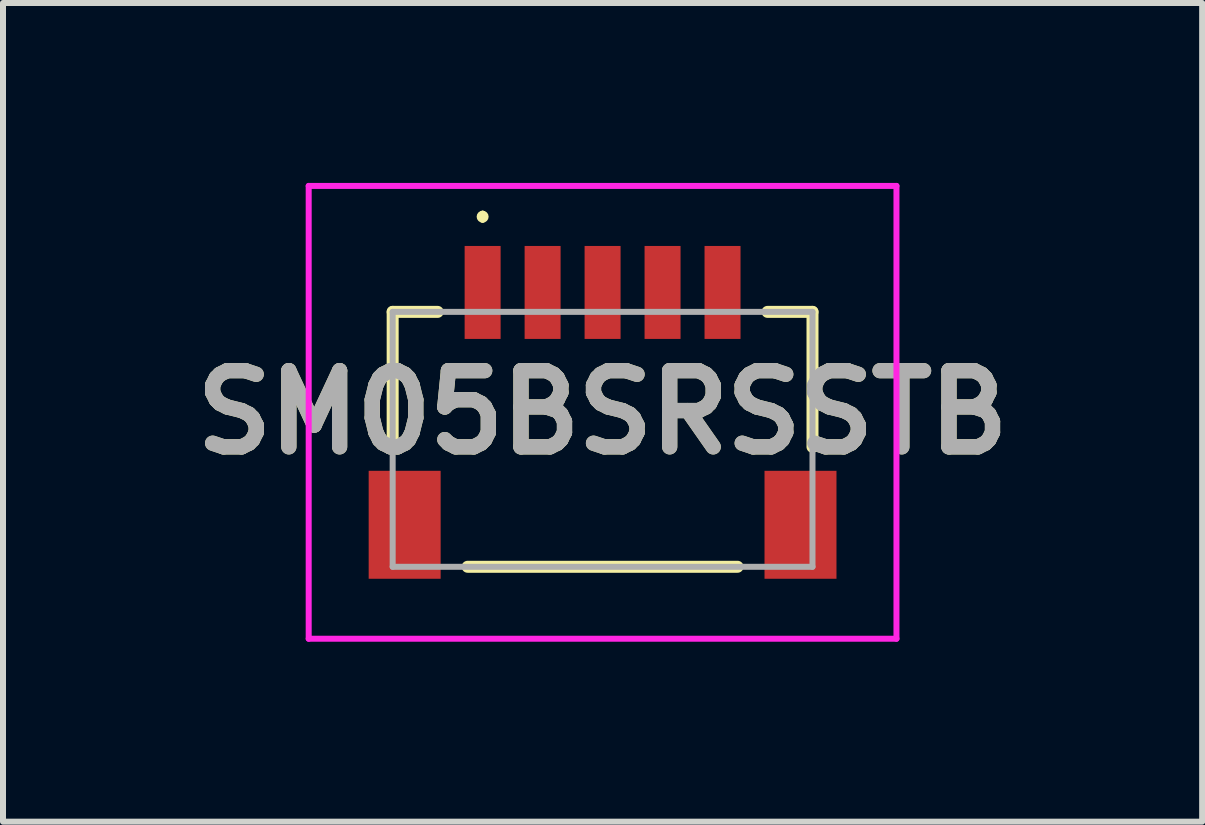
<source format=kicad_pcb>
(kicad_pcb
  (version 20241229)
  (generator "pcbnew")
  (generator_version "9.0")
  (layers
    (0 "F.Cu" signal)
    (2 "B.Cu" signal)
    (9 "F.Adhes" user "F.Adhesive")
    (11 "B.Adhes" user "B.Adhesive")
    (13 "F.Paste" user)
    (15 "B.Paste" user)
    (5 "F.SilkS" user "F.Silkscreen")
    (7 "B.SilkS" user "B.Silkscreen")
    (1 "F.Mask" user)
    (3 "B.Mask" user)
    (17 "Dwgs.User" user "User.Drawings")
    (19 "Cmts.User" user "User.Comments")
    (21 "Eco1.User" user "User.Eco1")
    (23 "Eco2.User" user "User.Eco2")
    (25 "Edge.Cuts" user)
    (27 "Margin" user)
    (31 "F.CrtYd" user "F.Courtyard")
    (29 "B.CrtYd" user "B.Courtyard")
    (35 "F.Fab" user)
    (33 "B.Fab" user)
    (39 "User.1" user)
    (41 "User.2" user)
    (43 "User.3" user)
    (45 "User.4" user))
  (footprint "SM05BSRSSTB"
    (layer "F.Cu")
    (at 6.997 4.113)
    (property "Reference" "SM05BSRSSTB" (at 0 -0.287 0) (layer "F.SilkS") (effects (font (size 1.27 1.27) (thickness 0.254))))
    (attr smd)
    (fp_line (start -3.5 -1.963) (end -3.5 0.288) (stroke (width 0.2) (type solid)) (layer "F.SilkS"))
    (fp_line (start -2.75 -1.963) (end -3.5 -1.963) (stroke (width 0.2) (type solid)) (layer "F.SilkS"))
    (fp_line (start -2.25 2.287) (end 2.25 2.287) (stroke (width 0.2) (type solid)) (layer "F.SilkS"))
    (fp_line (start -2 -3.6) (end -2 -3.6) (stroke (width 0.1) (type solid)) (layer "F.SilkS"))
    (fp_line (start -2 -3.5) (end -2 -3.5) (stroke (width 0.1) (type solid)) (layer "F.SilkS"))
    (fp_line (start 2.75 -1.963) (end 3.5 -1.963) (stroke (width 0.2) (type solid)) (layer "F.SilkS"))
    (fp_line (start 3.5 -1.963) (end 3.5 0.288) (stroke (width 0.2) (type solid)) (layer "F.SilkS"))
    (fp_arc (start -2 -3.6) (mid -1.95 -3.55) (end -2 -3.5) (stroke (width 0.1) (type solid)) (layer "F.SilkS"))
    (fp_arc (start -2 -3.5) (mid -2.05 -3.55) (end -2 -3.6) (stroke (width 0.1) (type solid)) (layer "F.SilkS"))
    (fp_line (start -4.9 -4.063) (end 4.9 -4.063) (stroke (width 0.1) (type solid)) (layer "F.CrtYd"))
    (fp_line (start -4.9 3.487) (end -4.9 -4.063) (stroke (width 0.1) (type solid)) (layer "F.CrtYd"))
    (fp_line (start 4.9 -4.063) (end 4.9 3.487) (stroke (width 0.1) (type solid)) (layer "F.CrtYd"))
    (fp_line (start 4.9 3.487) (end -4.9 3.487) (stroke (width 0.1) (type solid)) (layer "F.CrtYd"))
    (fp_line (start -3.5 -1.963) (end 3.5 -1.963) (stroke (width 0.1) (type solid)) (layer "F.Fab"))
    (fp_line (start -3.5 2.287) (end -3.5 -1.963) (stroke (width 0.1) (type solid)) (layer "F.Fab"))
    (fp_line (start 3.5 -1.963) (end 3.5 2.287) (stroke (width 0.1) (type solid)) (layer "F.Fab"))
    (fp_line (start 3.5 2.287) (end -3.5 2.287) (stroke (width 0.1) (type solid)) (layer "F.Fab"))
    (fp_text user "${REFERENCE}" (at 0 -0.287 0) (layer "F.Fab") (effects (font (size 1.27 1.27) (thickness 0.254))))
    (pad "1" smd rect (at -2 -2.287) (size 0.6 1.55) (layers "F.Cu" "F.Mask" "F.Paste"))
    (pad "2" smd rect (at -1 -2.287) (size 0.6 1.55) (layers "F.Cu" "F.Mask" "F.Paste"))
    (pad "3" smd rect (at 0 -2.287) (size 0.6 1.55) (layers "F.Cu" "F.Mask" "F.Paste"))
    (pad "4" smd rect (at 1 -2.287) (size 0.6 1.55) (layers "F.Cu" "F.Mask" "F.Paste"))
    (pad "5" smd rect (at 2 -2.287) (size 0.6 1.55) (layers "F.Cu" "F.Mask" "F.Paste"))
    (pad "MP1" smd rect (at -3.3 1.587) (size 1.2 1.8) (layers "F.Cu" "F.Mask" "F.Paste"))
    (pad "MP2" smd rect (at 3.3 1.587) (size 1.2 1.8) (layers "F.Cu" "F.Mask" "F.Paste")))
  (gr_rect
    (start -3 -3)
    (end 16.994 10.65)
    (stroke (width 0.1) (type default))
    (fill no)
    (layer "Edge.Cuts")))
</source>
